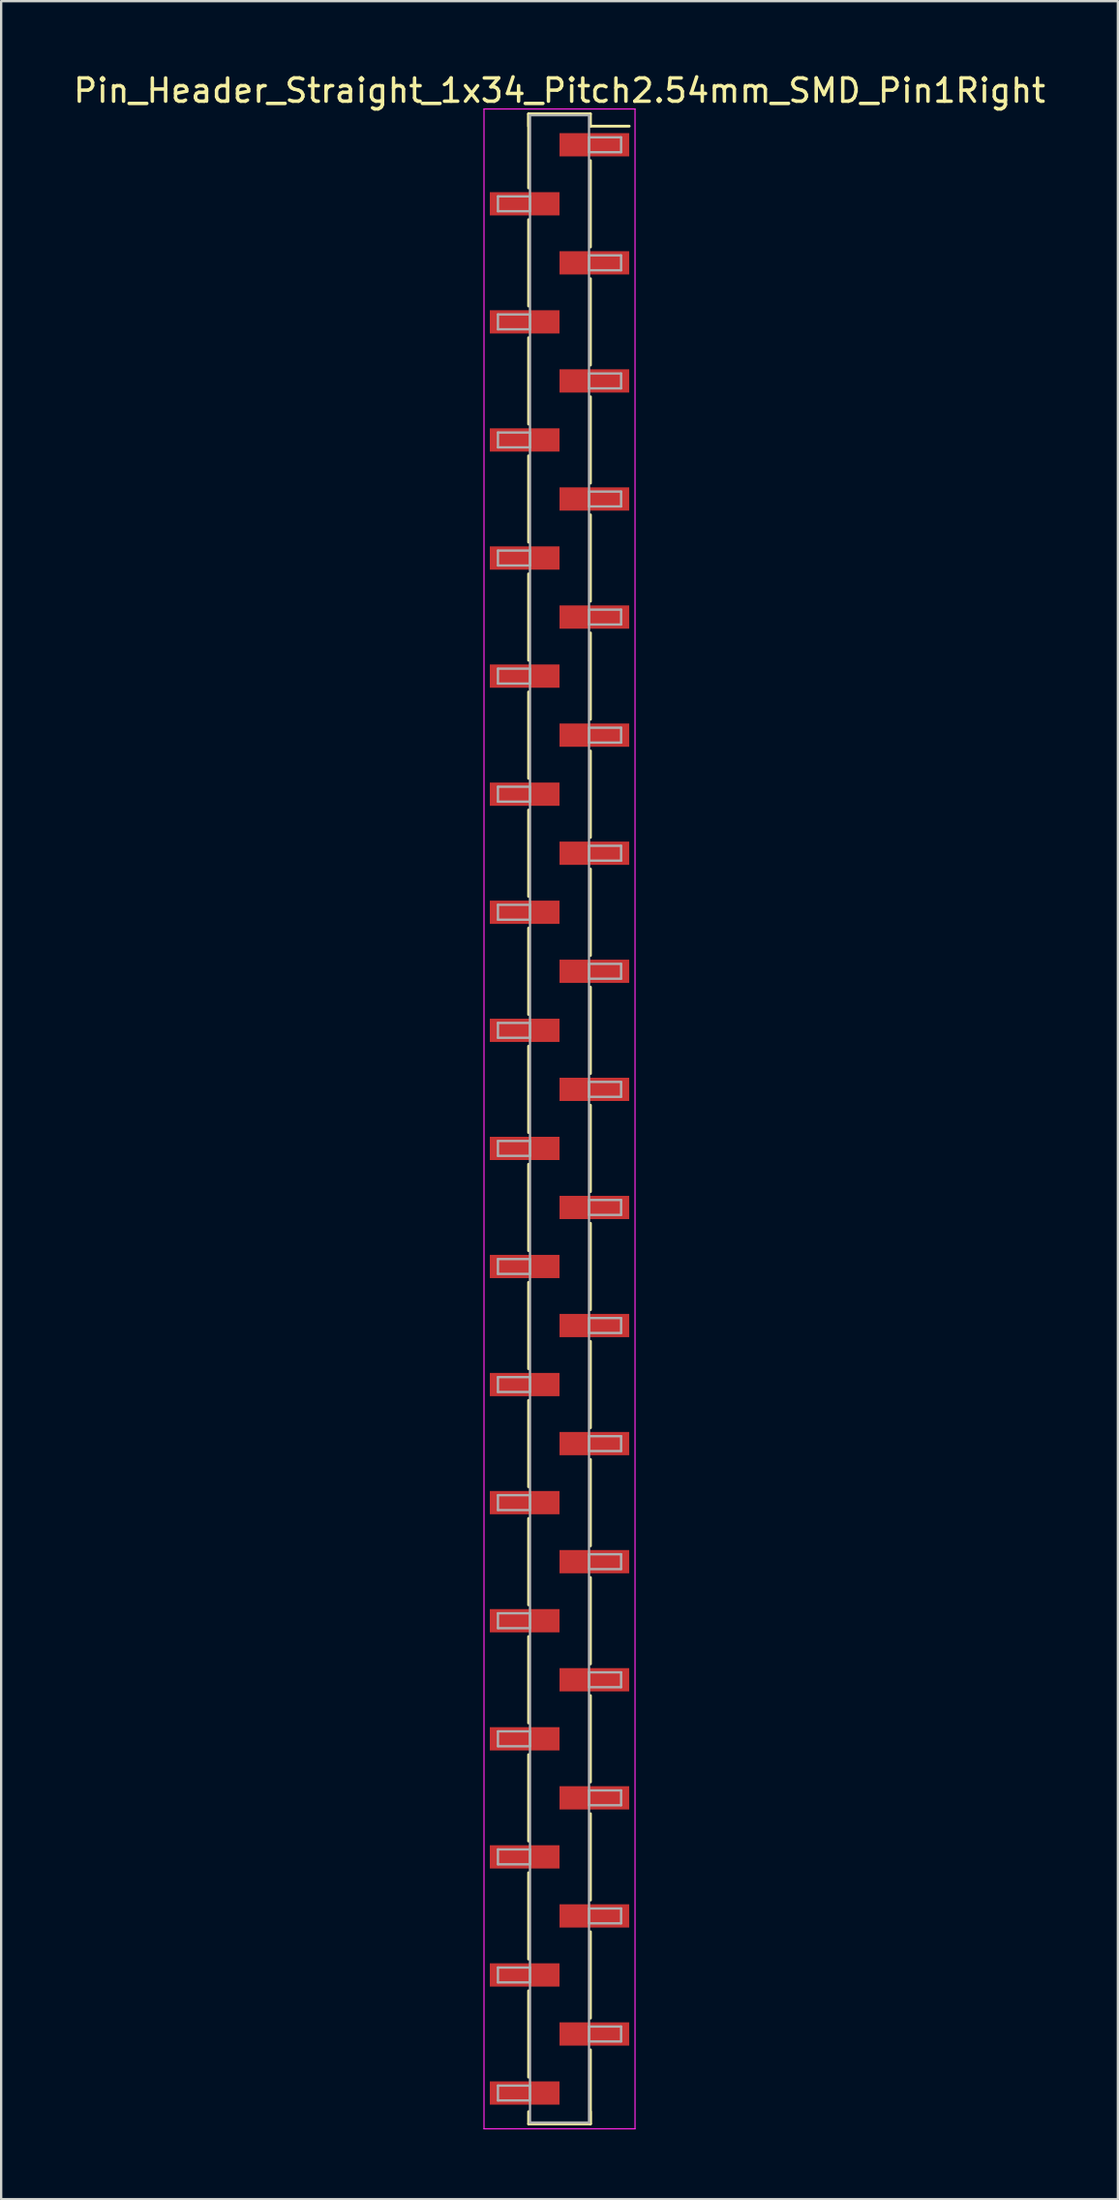
<source format=kicad_pcb>
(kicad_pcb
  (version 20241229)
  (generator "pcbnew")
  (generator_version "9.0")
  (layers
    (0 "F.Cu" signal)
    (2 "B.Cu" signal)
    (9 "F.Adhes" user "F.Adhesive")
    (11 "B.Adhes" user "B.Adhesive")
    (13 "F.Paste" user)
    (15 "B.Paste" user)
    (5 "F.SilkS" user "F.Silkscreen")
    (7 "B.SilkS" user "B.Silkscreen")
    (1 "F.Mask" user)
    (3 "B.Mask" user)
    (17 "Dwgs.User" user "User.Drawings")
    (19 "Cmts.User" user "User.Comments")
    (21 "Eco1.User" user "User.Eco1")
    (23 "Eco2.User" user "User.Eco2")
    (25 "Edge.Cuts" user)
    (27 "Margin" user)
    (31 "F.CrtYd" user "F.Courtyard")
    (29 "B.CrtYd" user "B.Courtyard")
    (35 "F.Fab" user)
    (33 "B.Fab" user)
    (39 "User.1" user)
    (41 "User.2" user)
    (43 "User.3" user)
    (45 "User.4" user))
  (footprint "Pin_Header_Straight_1x34_Pitch2.54mm_SMD_Pin1Right"
    (layer "F.Cu")
    (at 21.03 45.088)
    (property "Reference" "Pin_Header_Straight_1x34_Pitch2.54mm_SMD_Pin1Right" (at 0 -44.24 0) (layer "F.SilkS") (effects (font (size 1 1) (thickness 0.15))))
    (attr smd)
    (fp_line (start -1.33 -43.24) (end -1.33 -40.05) (stroke (width 0.12) (type solid)) (layer "F.SilkS"))
    (fp_line (start -1.33 -43.24) (end 1.33 -43.24) (stroke (width 0.12) (type solid)) (layer "F.SilkS"))
    (fp_line (start -1.33 -42.71) (end -1.33 -43.24) (stroke (width 0.12) (type solid)) (layer "F.SilkS"))
    (fp_line (start -1.33 -38.69) (end -1.33 -34.97) (stroke (width 0.12) (type solid)) (layer "F.SilkS"))
    (fp_line (start -1.33 -33.61) (end -1.33 -29.89) (stroke (width 0.12) (type solid)) (layer "F.SilkS"))
    (fp_line (start -1.33 -28.53) (end -1.33 -24.81) (stroke (width 0.12) (type solid)) (layer "F.SilkS"))
    (fp_line (start -1.33 -23.45) (end -1.33 -19.73) (stroke (width 0.12) (type solid)) (layer "F.SilkS"))
    (fp_line (start -1.33 -18.37) (end -1.33 -14.65) (stroke (width 0.12) (type solid)) (layer "F.SilkS"))
    (fp_line (start -1.33 -13.29) (end -1.33 -9.57) (stroke (width 0.12) (type solid)) (layer "F.SilkS"))
    (fp_line (start -1.33 -8.21) (end -1.33 -4.49) (stroke (width 0.12) (type solid)) (layer "F.SilkS"))
    (fp_line (start -1.33 -3.13) (end -1.33 0.59) (stroke (width 0.12) (type solid)) (layer "F.SilkS"))
    (fp_line (start -1.33 1.95) (end -1.33 5.67) (stroke (width 0.12) (type solid)) (layer "F.SilkS"))
    (fp_line (start -1.33 7.03) (end -1.33 10.75) (stroke (width 0.12) (type solid)) (layer "F.SilkS"))
    (fp_line (start -1.33 12.11) (end -1.33 15.83) (stroke (width 0.12) (type solid)) (layer "F.SilkS"))
    (fp_line (start -1.33 17.19) (end -1.33 20.91) (stroke (width 0.12) (type solid)) (layer "F.SilkS"))
    (fp_line (start -1.33 22.27) (end -1.33 25.99) (stroke (width 0.12) (type solid)) (layer "F.SilkS"))
    (fp_line (start -1.33 27.35) (end -1.33 31.07) (stroke (width 0.12) (type solid)) (layer "F.SilkS"))
    (fp_line (start -1.33 32.43) (end -1.33 36.15) (stroke (width 0.12) (type solid)) (layer "F.SilkS"))
    (fp_line (start -1.33 37.51) (end -1.33 41.23) (stroke (width 0.12) (type solid)) (layer "F.SilkS"))
    (fp_line (start -1.33 42.71) (end -1.33 43.24) (stroke (width 0.12) (type solid)) (layer "F.SilkS"))
    (fp_line (start -1.33 43.24) (end 1.33 43.24) (stroke (width 0.12) (type solid)) (layer "F.SilkS"))
    (fp_line (start 1.33 -43.24) (end 1.33 -42.71) (stroke (width 0.12) (type solid)) (layer "F.SilkS"))
    (fp_line (start 1.33 -42.71) (end 3 -42.71) (stroke (width 0.12) (type solid)) (layer "F.SilkS"))
    (fp_line (start 1.33 -41.23) (end 1.33 -37.51) (stroke (width 0.12) (type solid)) (layer "F.SilkS"))
    (fp_line (start 1.33 -36.15) (end 1.33 -32.43) (stroke (width 0.12) (type solid)) (layer "F.SilkS"))
    (fp_line (start 1.33 -31.07) (end 1.33 -27.35) (stroke (width 0.12) (type solid)) (layer "F.SilkS"))
    (fp_line (start 1.33 -25.99) (end 1.33 -22.27) (stroke (width 0.12) (type solid)) (layer "F.SilkS"))
    (fp_line (start 1.33 -20.91) (end 1.33 -17.19) (stroke (width 0.12) (type solid)) (layer "F.SilkS"))
    (fp_line (start 1.33 -15.83) (end 1.33 -12.11) (stroke (width 0.12) (type solid)) (layer "F.SilkS"))
    (fp_line (start 1.33 -10.75) (end 1.33 -7.03) (stroke (width 0.12) (type solid)) (layer "F.SilkS"))
    (fp_line (start 1.33 -5.67) (end 1.33 -1.95) (stroke (width 0.12) (type solid)) (layer "F.SilkS"))
    (fp_line (start 1.33 -0.59) (end 1.33 3.13) (stroke (width 0.12) (type solid)) (layer "F.SilkS"))
    (fp_line (start 1.33 4.49) (end 1.33 8.21) (stroke (width 0.12) (type solid)) (layer "F.SilkS"))
    (fp_line (start 1.33 9.57) (end 1.33 13.29) (stroke (width 0.12) (type solid)) (layer "F.SilkS"))
    (fp_line (start 1.33 14.65) (end 1.33 18.37) (stroke (width 0.12) (type solid)) (layer "F.SilkS"))
    (fp_line (start 1.33 19.73) (end 1.33 23.45) (stroke (width 0.12) (type solid)) (layer "F.SilkS"))
    (fp_line (start 1.33 24.81) (end 1.33 28.53) (stroke (width 0.12) (type solid)) (layer "F.SilkS"))
    (fp_line (start 1.33 29.89) (end 1.33 33.61) (stroke (width 0.12) (type solid)) (layer "F.SilkS"))
    (fp_line (start 1.33 34.97) (end 1.33 38.69) (stroke (width 0.12) (type solid)) (layer "F.SilkS"))
    (fp_line (start 1.33 40.05) (end 1.33 43.24) (stroke (width 0.12) (type solid)) (layer "F.SilkS"))
    (fp_line (start 1.33 43.24) (end 1.33 42.71) (stroke (width 0.12) (type solid)) (layer "F.SilkS"))
    (fp_line (start -3.25 -43.45) (end -3.25 43.45) (stroke (width 0.05) (type solid)) (layer "F.CrtYd"))
    (fp_line (start -3.25 43.45) (end 3.25 43.45) (stroke (width 0.05) (type solid)) (layer "F.CrtYd"))
    (fp_line (start 3.25 -43.45) (end -3.25 -43.45) (stroke (width 0.05) (type solid)) (layer "F.CrtYd"))
    (fp_line (start 3.25 43.45) (end 3.25 -43.45) (stroke (width 0.05) (type solid)) (layer "F.CrtYd"))
    (fp_line (start -2.65 -39.69) (end -1.27 -39.69) (stroke (width 0.1) (type solid)) (layer "F.Fab"))
    (fp_line (start -2.65 -39.05) (end -2.65 -39.69) (stroke (width 0.1) (type solid)) (layer "F.Fab"))
    (fp_line (start -2.65 -34.61) (end -1.27 -34.61) (stroke (width 0.1) (type solid)) (layer "F.Fab"))
    (fp_line (start -2.65 -33.97) (end -2.65 -34.61) (stroke (width 0.1) (type solid)) (layer "F.Fab"))
    (fp_line (start -2.65 -29.53) (end -1.27 -29.53) (stroke (width 0.1) (type solid)) (layer "F.Fab"))
    (fp_line (start -2.65 -28.89) (end -2.65 -29.53) (stroke (width 0.1) (type solid)) (layer "F.Fab"))
    (fp_line (start -2.65 -24.45) (end -1.27 -24.45) (stroke (width 0.1) (type solid)) (layer "F.Fab"))
    (fp_line (start -2.65 -23.81) (end -2.65 -24.45) (stroke (width 0.1) (type solid)) (layer "F.Fab"))
    (fp_line (start -2.65 -19.37) (end -1.27 -19.37) (stroke (width 0.1) (type solid)) (layer "F.Fab"))
    (fp_line (start -2.65 -18.73) (end -2.65 -19.37) (stroke (width 0.1) (type solid)) (layer "F.Fab"))
    (fp_line (start -2.65 -14.29) (end -1.27 -14.29) (stroke (width 0.1) (type solid)) (layer "F.Fab"))
    (fp_line (start -2.65 -13.65) (end -2.65 -14.29) (stroke (width 0.1) (type solid)) (layer "F.Fab"))
    (fp_line (start -2.65 -9.21) (end -1.27 -9.21) (stroke (width 0.1) (type solid)) (layer "F.Fab"))
    (fp_line (start -2.65 -8.57) (end -2.65 -9.21) (stroke (width 0.1) (type solid)) (layer "F.Fab"))
    (fp_line (start -2.65 -4.13) (end -1.27 -4.13) (stroke (width 0.1) (type solid)) (layer "F.Fab"))
    (fp_line (start -2.65 -3.49) (end -2.65 -4.13) (stroke (width 0.1) (type solid)) (layer "F.Fab"))
    (fp_line (start -2.65 0.95) (end -1.27 0.95) (stroke (width 0.1) (type solid)) (layer "F.Fab"))
    (fp_line (start -2.65 1.59) (end -2.65 0.95) (stroke (width 0.1) (type solid)) (layer "F.Fab"))
    (fp_line (start -2.65 6.03) (end -1.27 6.03) (stroke (width 0.1) (type solid)) (layer "F.Fab"))
    (fp_line (start -2.65 6.67) (end -2.65 6.03) (stroke (width 0.1) (type solid)) (layer "F.Fab"))
    (fp_line (start -2.65 11.11) (end -1.27 11.11) (stroke (width 0.1) (type solid)) (layer "F.Fab"))
    (fp_line (start -2.65 11.75) (end -2.65 11.11) (stroke (width 0.1) (type solid)) (layer "F.Fab"))
    (fp_line (start -2.65 16.19) (end -1.27 16.19) (stroke (width 0.1) (type solid)) (layer "F.Fab"))
    (fp_line (start -2.65 16.83) (end -2.65 16.19) (stroke (width 0.1) (type solid)) (layer "F.Fab"))
    (fp_line (start -2.65 21.27) (end -1.27 21.27) (stroke (width 0.1) (type solid)) (layer "F.Fab"))
    (fp_line (start -2.65 21.91) (end -2.65 21.27) (stroke (width 0.1) (type solid)) (layer "F.Fab"))
    (fp_line (start -2.65 26.35) (end -1.27 26.35) (stroke (width 0.1) (type solid)) (layer "F.Fab"))
    (fp_line (start -2.65 26.99) (end -2.65 26.35) (stroke (width 0.1) (type solid)) (layer "F.Fab"))
    (fp_line (start -2.65 31.43) (end -1.27 31.43) (stroke (width 0.1) (type solid)) (layer "F.Fab"))
    (fp_line (start -2.65 32.07) (end -2.65 31.43) (stroke (width 0.1) (type solid)) (layer "F.Fab"))
    (fp_line (start -2.65 36.51) (end -1.27 36.51) (stroke (width 0.1) (type solid)) (layer "F.Fab"))
    (fp_line (start -2.65 37.15) (end -2.65 36.51) (stroke (width 0.1) (type solid)) (layer "F.Fab"))
    (fp_line (start -2.65 41.59) (end -1.27 41.59) (stroke (width 0.1) (type solid)) (layer "F.Fab"))
    (fp_line (start -2.65 42.23) (end -2.65 41.59) (stroke (width 0.1) (type solid)) (layer "F.Fab"))
    (fp_line (start -1.27 -43.18) (end -1.27 43.18) (stroke (width 0.1) (type solid)) (layer "F.Fab"))
    (fp_line (start -1.27 -39.69) (end -1.27 -39.05) (stroke (width 0.1) (type solid)) (layer "F.Fab"))
    (fp_line (start -1.27 -39.05) (end -2.65 -39.05) (stroke (width 0.1) (type solid)) (layer "F.Fab"))
    (fp_line (start -1.27 -34.61) (end -1.27 -33.97) (stroke (width 0.1) (type solid)) (layer "F.Fab"))
    (fp_line (start -1.27 -33.97) (end -2.65 -33.97) (stroke (width 0.1) (type solid)) (layer "F.Fab"))
    (fp_line (start -1.27 -29.53) (end -1.27 -28.89) (stroke (width 0.1) (type solid)) (layer "F.Fab"))
    (fp_line (start -1.27 -28.89) (end -2.65 -28.89) (stroke (width 0.1) (type solid)) (layer "F.Fab"))
    (fp_line (start -1.27 -24.45) (end -1.27 -23.81) (stroke (width 0.1) (type solid)) (layer "F.Fab"))
    (fp_line (start -1.27 -23.81) (end -2.65 -23.81) (stroke (width 0.1) (type solid)) (layer "F.Fab"))
    (fp_line (start -1.27 -19.37) (end -1.27 -18.73) (stroke (width 0.1) (type solid)) (layer "F.Fab"))
    (fp_line (start -1.27 -18.73) (end -2.65 -18.73) (stroke (width 0.1) (type solid)) (layer "F.Fab"))
    (fp_line (start -1.27 -14.29) (end -1.27 -13.65) (stroke (width 0.1) (type solid)) (layer "F.Fab"))
    (fp_line (start -1.27 -13.65) (end -2.65 -13.65) (stroke (width 0.1) (type solid)) (layer "F.Fab"))
    (fp_line (start -1.27 -9.21) (end -1.27 -8.57) (stroke (width 0.1) (type solid)) (layer "F.Fab"))
    (fp_line (start -1.27 -8.57) (end -2.65 -8.57) (stroke (width 0.1) (type solid)) (layer "F.Fab"))
    (fp_line (start -1.27 -4.13) (end -1.27 -3.49) (stroke (width 0.1) (type solid)) (layer "F.Fab"))
    (fp_line (start -1.27 -3.49) (end -2.65 -3.49) (stroke (width 0.1) (type solid)) (layer "F.Fab"))
    (fp_line (start -1.27 0.95) (end -1.27 1.59) (stroke (width 0.1) (type solid)) (layer "F.Fab"))
    (fp_line (start -1.27 1.59) (end -2.65 1.59) (stroke (width 0.1) (type solid)) (layer "F.Fab"))
    (fp_line (start -1.27 6.03) (end -1.27 6.67) (stroke (width 0.1) (type solid)) (layer "F.Fab"))
    (fp_line (start -1.27 6.67) (end -2.65 6.67) (stroke (width 0.1) (type solid)) (layer "F.Fab"))
    (fp_line (start -1.27 11.11) (end -1.27 11.75) (stroke (width 0.1) (type solid)) (layer "F.Fab"))
    (fp_line (start -1.27 11.75) (end -2.65 11.75) (stroke (width 0.1) (type solid)) (layer "F.Fab"))
    (fp_line (start -1.27 16.19) (end -1.27 16.83) (stroke (width 0.1) (type solid)) (layer "F.Fab"))
    (fp_line (start -1.27 16.83) (end -2.65 16.83) (stroke (width 0.1) (type solid)) (layer "F.Fab"))
    (fp_line (start -1.27 21.27) (end -1.27 21.91) (stroke (width 0.1) (type solid)) (layer "F.Fab"))
    (fp_line (start -1.27 21.91) (end -2.65 21.91) (stroke (width 0.1) (type solid)) (layer "F.Fab"))
    (fp_line (start -1.27 26.35) (end -1.27 26.99) (stroke (width 0.1) (type solid)) (layer "F.Fab"))
    (fp_line (start -1.27 26.99) (end -2.65 26.99) (stroke (width 0.1) (type solid)) (layer "F.Fab"))
    (fp_line (start -1.27 31.43) (end -1.27 32.07) (stroke (width 0.1) (type solid)) (layer "F.Fab"))
    (fp_line (start -1.27 32.07) (end -2.65 32.07) (stroke (width 0.1) (type solid)) (layer "F.Fab"))
    (fp_line (start -1.27 36.51) (end -1.27 37.15) (stroke (width 0.1) (type solid)) (layer "F.Fab"))
    (fp_line (start -1.27 37.15) (end -2.65 37.15) (stroke (width 0.1) (type solid)) (layer "F.Fab"))
    (fp_line (start -1.27 41.59) (end -1.27 42.23) (stroke (width 0.1) (type solid)) (layer "F.Fab"))
    (fp_line (start -1.27 42.23) (end -2.65 42.23) (stroke (width 0.1) (type solid)) (layer "F.Fab"))
    (fp_line (start -1.27 43.18) (end 1.27 43.18) (stroke (width 0.1) (type solid)) (layer "F.Fab"))
    (fp_line (start 1.27 -43.18) (end -1.27 -43.18) (stroke (width 0.1) (type solid)) (layer "F.Fab"))
    (fp_line (start 1.27 -42.23) (end 1.27 -41.59) (stroke (width 0.1) (type solid)) (layer "F.Fab"))
    (fp_line (start 1.27 -41.59) (end 2.65 -41.59) (stroke (width 0.1) (type solid)) (layer "F.Fab"))
    (fp_line (start 1.27 -37.15) (end 1.27 -36.51) (stroke (width 0.1) (type solid)) (layer "F.Fab"))
    (fp_line (start 1.27 -36.51) (end 2.65 -36.51) (stroke (width 0.1) (type solid)) (layer "F.Fab"))
    (fp_line (start 1.27 -32.07) (end 1.27 -31.43) (stroke (width 0.1) (type solid)) (layer "F.Fab"))
    (fp_line (start 1.27 -31.43) (end 2.65 -31.43) (stroke (width 0.1) (type solid)) (layer "F.Fab"))
    (fp_line (start 1.27 -26.99) (end 1.27 -26.35) (stroke (width 0.1) (type solid)) (layer "F.Fab"))
    (fp_line (start 1.27 -26.35) (end 2.65 -26.35) (stroke (width 0.1) (type solid)) (layer "F.Fab"))
    (fp_line (start 1.27 -21.91) (end 1.27 -21.27) (stroke (width 0.1) (type solid)) (layer "F.Fab"))
    (fp_line (start 1.27 -21.27) (end 2.65 -21.27) (stroke (width 0.1) (type solid)) (layer "F.Fab"))
    (fp_line (start 1.27 -16.83) (end 1.27 -16.19) (stroke (width 0.1) (type solid)) (layer "F.Fab"))
    (fp_line (start 1.27 -16.19) (end 2.65 -16.19) (stroke (width 0.1) (type solid)) (layer "F.Fab"))
    (fp_line (start 1.27 -11.75) (end 1.27 -11.11) (stroke (width 0.1) (type solid)) (layer "F.Fab"))
    (fp_line (start 1.27 -11.11) (end 2.65 -11.11) (stroke (width 0.1) (type solid)) (layer "F.Fab"))
    (fp_line (start 1.27 -6.67) (end 1.27 -6.03) (stroke (width 0.1) (type solid)) (layer "F.Fab"))
    (fp_line (start 1.27 -6.03) (end 2.65 -6.03) (stroke (width 0.1) (type solid)) (layer "F.Fab"))
    (fp_line (start 1.27 -1.59) (end 1.27 -0.95) (stroke (width 0.1) (type solid)) (layer "F.Fab"))
    (fp_line (start 1.27 -0.95) (end 2.65 -0.95) (stroke (width 0.1) (type solid)) (layer "F.Fab"))
    (fp_line (start 1.27 3.49) (end 1.27 4.13) (stroke (width 0.1) (type solid)) (layer "F.Fab"))
    (fp_line (start 1.27 4.13) (end 2.65 4.13) (stroke (width 0.1) (type solid)) (layer "F.Fab"))
    (fp_line (start 1.27 8.57) (end 1.27 9.21) (stroke (width 0.1) (type solid)) (layer "F.Fab"))
    (fp_line (start 1.27 9.21) (end 2.65 9.21) (stroke (width 0.1) (type solid)) (layer "F.Fab"))
    (fp_line (start 1.27 13.65) (end 1.27 14.29) (stroke (width 0.1) (type solid)) (layer "F.Fab"))
    (fp_line (start 1.27 14.29) (end 2.65 14.29) (stroke (width 0.1) (type solid)) (layer "F.Fab"))
    (fp_line (start 1.27 18.73) (end 1.27 19.37) (stroke (width 0.1) (type solid)) (layer "F.Fab"))
    (fp_line (start 1.27 19.37) (end 2.65 19.37) (stroke (width 0.1) (type solid)) (layer "F.Fab"))
    (fp_line (start 1.27 23.81) (end 1.27 24.45) (stroke (width 0.1) (type solid)) (layer "F.Fab"))
    (fp_line (start 1.27 24.45) (end 2.65 24.45) (stroke (width 0.1) (type solid)) (layer "F.Fab"))
    (fp_line (start 1.27 28.89) (end 1.27 29.53) (stroke (width 0.1) (type solid)) (layer "F.Fab"))
    (fp_line (start 1.27 29.53) (end 2.65 29.53) (stroke (width 0.1) (type solid)) (layer "F.Fab"))
    (fp_line (start 1.27 33.97) (end 1.27 34.61) (stroke (width 0.1) (type solid)) (layer "F.Fab"))
    (fp_line (start 1.27 34.61) (end 2.65 34.61) (stroke (width 0.1) (type solid)) (layer "F.Fab"))
    (fp_line (start 1.27 39.05) (end 1.27 39.69) (stroke (width 0.1) (type solid)) (layer "F.Fab"))
    (fp_line (start 1.27 39.69) (end 2.65 39.69) (stroke (width 0.1) (type solid)) (layer "F.Fab"))
    (fp_line (start 1.27 43.18) (end 1.27 -43.18) (stroke (width 0.1) (type solid)) (layer "F.Fab"))
    (fp_line (start 2.65 -42.23) (end 1.27 -42.23) (stroke (width 0.1) (type solid)) (layer "F.Fab"))
    (fp_line (start 2.65 -41.59) (end 2.65 -42.23) (stroke (width 0.1) (type solid)) (layer "F.Fab"))
    (fp_line (start 2.65 -37.15) (end 1.27 -37.15) (stroke (width 0.1) (type solid)) (layer "F.Fab"))
    (fp_line (start 2.65 -36.51) (end 2.65 -37.15) (stroke (width 0.1) (type solid)) (layer "F.Fab"))
    (fp_line (start 2.65 -32.07) (end 1.27 -32.07) (stroke (width 0.1) (type solid)) (layer "F.Fab"))
    (fp_line (start 2.65 -31.43) (end 2.65 -32.07) (stroke (width 0.1) (type solid)) (layer "F.Fab"))
    (fp_line (start 2.65 -26.99) (end 1.27 -26.99) (stroke (width 0.1) (type solid)) (layer "F.Fab"))
    (fp_line (start 2.65 -26.35) (end 2.65 -26.99) (stroke (width 0.1) (type solid)) (layer "F.Fab"))
    (fp_line (start 2.65 -21.91) (end 1.27 -21.91) (stroke (width 0.1) (type solid)) (layer "F.Fab"))
    (fp_line (start 2.65 -21.27) (end 2.65 -21.91) (stroke (width 0.1) (type solid)) (layer "F.Fab"))
    (fp_line (start 2.65 -16.83) (end 1.27 -16.83) (stroke (width 0.1) (type solid)) (layer "F.Fab"))
    (fp_line (start 2.65 -16.19) (end 2.65 -16.83) (stroke (width 0.1) (type solid)) (layer "F.Fab"))
    (fp_line (start 2.65 -11.75) (end 1.27 -11.75) (stroke (width 0.1) (type solid)) (layer "F.Fab"))
    (fp_line (start 2.65 -11.11) (end 2.65 -11.75) (stroke (width 0.1) (type solid)) (layer "F.Fab"))
    (fp_line (start 2.65 -6.67) (end 1.27 -6.67) (stroke (width 0.1) (type solid)) (layer "F.Fab"))
    (fp_line (start 2.65 -6.03) (end 2.65 -6.67) (stroke (width 0.1) (type solid)) (layer "F.Fab"))
    (fp_line (start 2.65 -1.59) (end 1.27 -1.59) (stroke (width 0.1) (type solid)) (layer "F.Fab"))
    (fp_line (start 2.65 -0.95) (end 2.65 -1.59) (stroke (width 0.1) (type solid)) (layer "F.Fab"))
    (fp_line (start 2.65 3.49) (end 1.27 3.49) (stroke (width 0.1) (type solid)) (layer "F.Fab"))
    (fp_line (start 2.65 4.13) (end 2.65 3.49) (stroke (width 0.1) (type solid)) (layer "F.Fab"))
    (fp_line (start 2.65 8.57) (end 1.27 8.57) (stroke (width 0.1) (type solid)) (layer "F.Fab"))
    (fp_line (start 2.65 9.21) (end 2.65 8.57) (stroke (width 0.1) (type solid)) (layer "F.Fab"))
    (fp_line (start 2.65 13.65) (end 1.27 13.65) (stroke (width 0.1) (type solid)) (layer "F.Fab"))
    (fp_line (start 2.65 14.29) (end 2.65 13.65) (stroke (width 0.1) (type solid)) (layer "F.Fab"))
    (fp_line (start 2.65 18.73) (end 1.27 18.73) (stroke (width 0.1) (type solid)) (layer "F.Fab"))
    (fp_line (start 2.65 19.37) (end 2.65 18.73) (stroke (width 0.1) (type solid)) (layer "F.Fab"))
    (fp_line (start 2.65 23.81) (end 1.27 23.81) (stroke (width 0.1) (type solid)) (layer "F.Fab"))
    (fp_line (start 2.65 24.45) (end 2.65 23.81) (stroke (width 0.1) (type solid)) (layer "F.Fab"))
    (fp_line (start 2.65 28.89) (end 1.27 28.89) (stroke (width 0.1) (type solid)) (layer "F.Fab"))
    (fp_line (start 2.65 29.53) (end 2.65 28.89) (stroke (width 0.1) (type solid)) (layer "F.Fab"))
    (fp_line (start 2.65 33.97) (end 1.27 33.97) (stroke (width 0.1) (type solid)) (layer "F.Fab"))
    (fp_line (start 2.65 34.61) (end 2.65 33.97) (stroke (width 0.1) (type solid)) (layer "F.Fab"))
    (fp_line (start 2.65 39.05) (end 1.27 39.05) (stroke (width 0.1) (type solid)) (layer "F.Fab"))
    (fp_line (start 2.65 39.69) (end 2.65 39.05) (stroke (width 0.1) (type solid)) (layer "F.Fab"))
    (pad "1" smd rect (at 1.5 -41.91) (size 3 1) (layers "F.Cu" "F.Mask"))
    (pad "2" smd rect (at -1.5 -39.37) (size 3 1) (layers "F.Cu" "F.Mask"))
    (pad "3" smd rect (at 1.5 -36.83) (size 3 1) (layers "F.Cu" "F.Mask"))
    (pad "4" smd rect (at -1.5 -34.29) (size 3 1) (layers "F.Cu" "F.Mask"))
    (pad "5" smd rect (at 1.5 -31.75) (size 3 1) (layers "F.Cu" "F.Mask"))
    (pad "6" smd rect (at -1.5 -29.21) (size 3 1) (layers "F.Cu" "F.Mask"))
    (pad "7" smd rect (at 1.5 -26.67) (size 3 1) (layers "F.Cu" "F.Mask"))
    (pad "8" smd rect (at -1.5 -24.13) (size 3 1) (layers "F.Cu" "F.Mask"))
    (pad "9" smd rect (at 1.5 -21.59) (size 3 1) (layers "F.Cu" "F.Mask"))
    (pad "10" smd rect (at -1.5 -19.05) (size 3 1) (layers "F.Cu" "F.Mask"))
    (pad "11" smd rect (at 1.5 -16.51) (size 3 1) (layers "F.Cu" "F.Mask"))
    (pad "12" smd rect (at -1.5 -13.97) (size 3 1) (layers "F.Cu" "F.Mask"))
    (pad "13" smd rect (at 1.5 -11.43) (size 3 1) (layers "F.Cu" "F.Mask"))
    (pad "14" smd rect (at -1.5 -8.89) (size 3 1) (layers "F.Cu" "F.Mask"))
    (pad "15" smd rect (at 1.5 -6.35) (size 3 1) (layers "F.Cu" "F.Mask"))
    (pad "16" smd rect (at -1.5 -3.81) (size 3 1) (layers "F.Cu" "F.Mask"))
    (pad "17" smd rect (at 1.5 -1.27) (size 3 1) (layers "F.Cu" "F.Mask"))
    (pad "18" smd rect (at -1.5 1.27) (size 3 1) (layers "F.Cu" "F.Mask"))
    (pad "19" smd rect (at 1.5 3.81) (size 3 1) (layers "F.Cu" "F.Mask"))
    (pad "20" smd rect (at -1.5 6.35) (size 3 1) (layers "F.Cu" "F.Mask"))
    (pad "21" smd rect (at 1.5 8.89) (size 3 1) (layers "F.Cu" "F.Mask"))
    (pad "22" smd rect (at -1.5 11.43) (size 3 1) (layers "F.Cu" "F.Mask"))
    (pad "23" smd rect (at 1.5 13.97) (size 3 1) (layers "F.Cu" "F.Mask"))
    (pad "24" smd rect (at -1.5 16.51) (size 3 1) (layers "F.Cu" "F.Mask"))
    (pad "25" smd rect (at 1.5 19.05) (size 3 1) (layers "F.Cu" "F.Mask"))
    (pad "26" smd rect (at -1.5 21.59) (size 3 1) (layers "F.Cu" "F.Mask"))
    (pad "27" smd rect (at 1.5 24.13) (size 3 1) (layers "F.Cu" "F.Mask"))
    (pad "28" smd rect (at -1.5 26.67) (size 3 1) (layers "F.Cu" "F.Mask"))
    (pad "29" smd rect (at 1.5 29.21) (size 3 1) (layers "F.Cu" "F.Mask"))
    (pad "30" smd rect (at -1.5 31.75) (size 3 1) (layers "F.Cu" "F.Mask"))
    (pad "31" smd rect (at 1.5 34.29) (size 3 1) (layers "F.Cu" "F.Mask"))
    (pad "32" smd rect (at -1.5 36.83) (size 3 1) (layers "F.Cu" "F.Mask"))
    (pad "33" smd rect (at 1.5 39.37) (size 3 1) (layers "F.Cu" "F.Mask"))
    (pad "34" smd rect (at -1.5 41.91) (size 3 1) (layers "F.Cu" "F.Mask")))
  (gr_rect
    (start -3 -3)
    (end 45.06 91.563)
    (stroke (width 0.1) (type default))
    (fill no)
    (layer "Edge.Cuts")))
</source>
